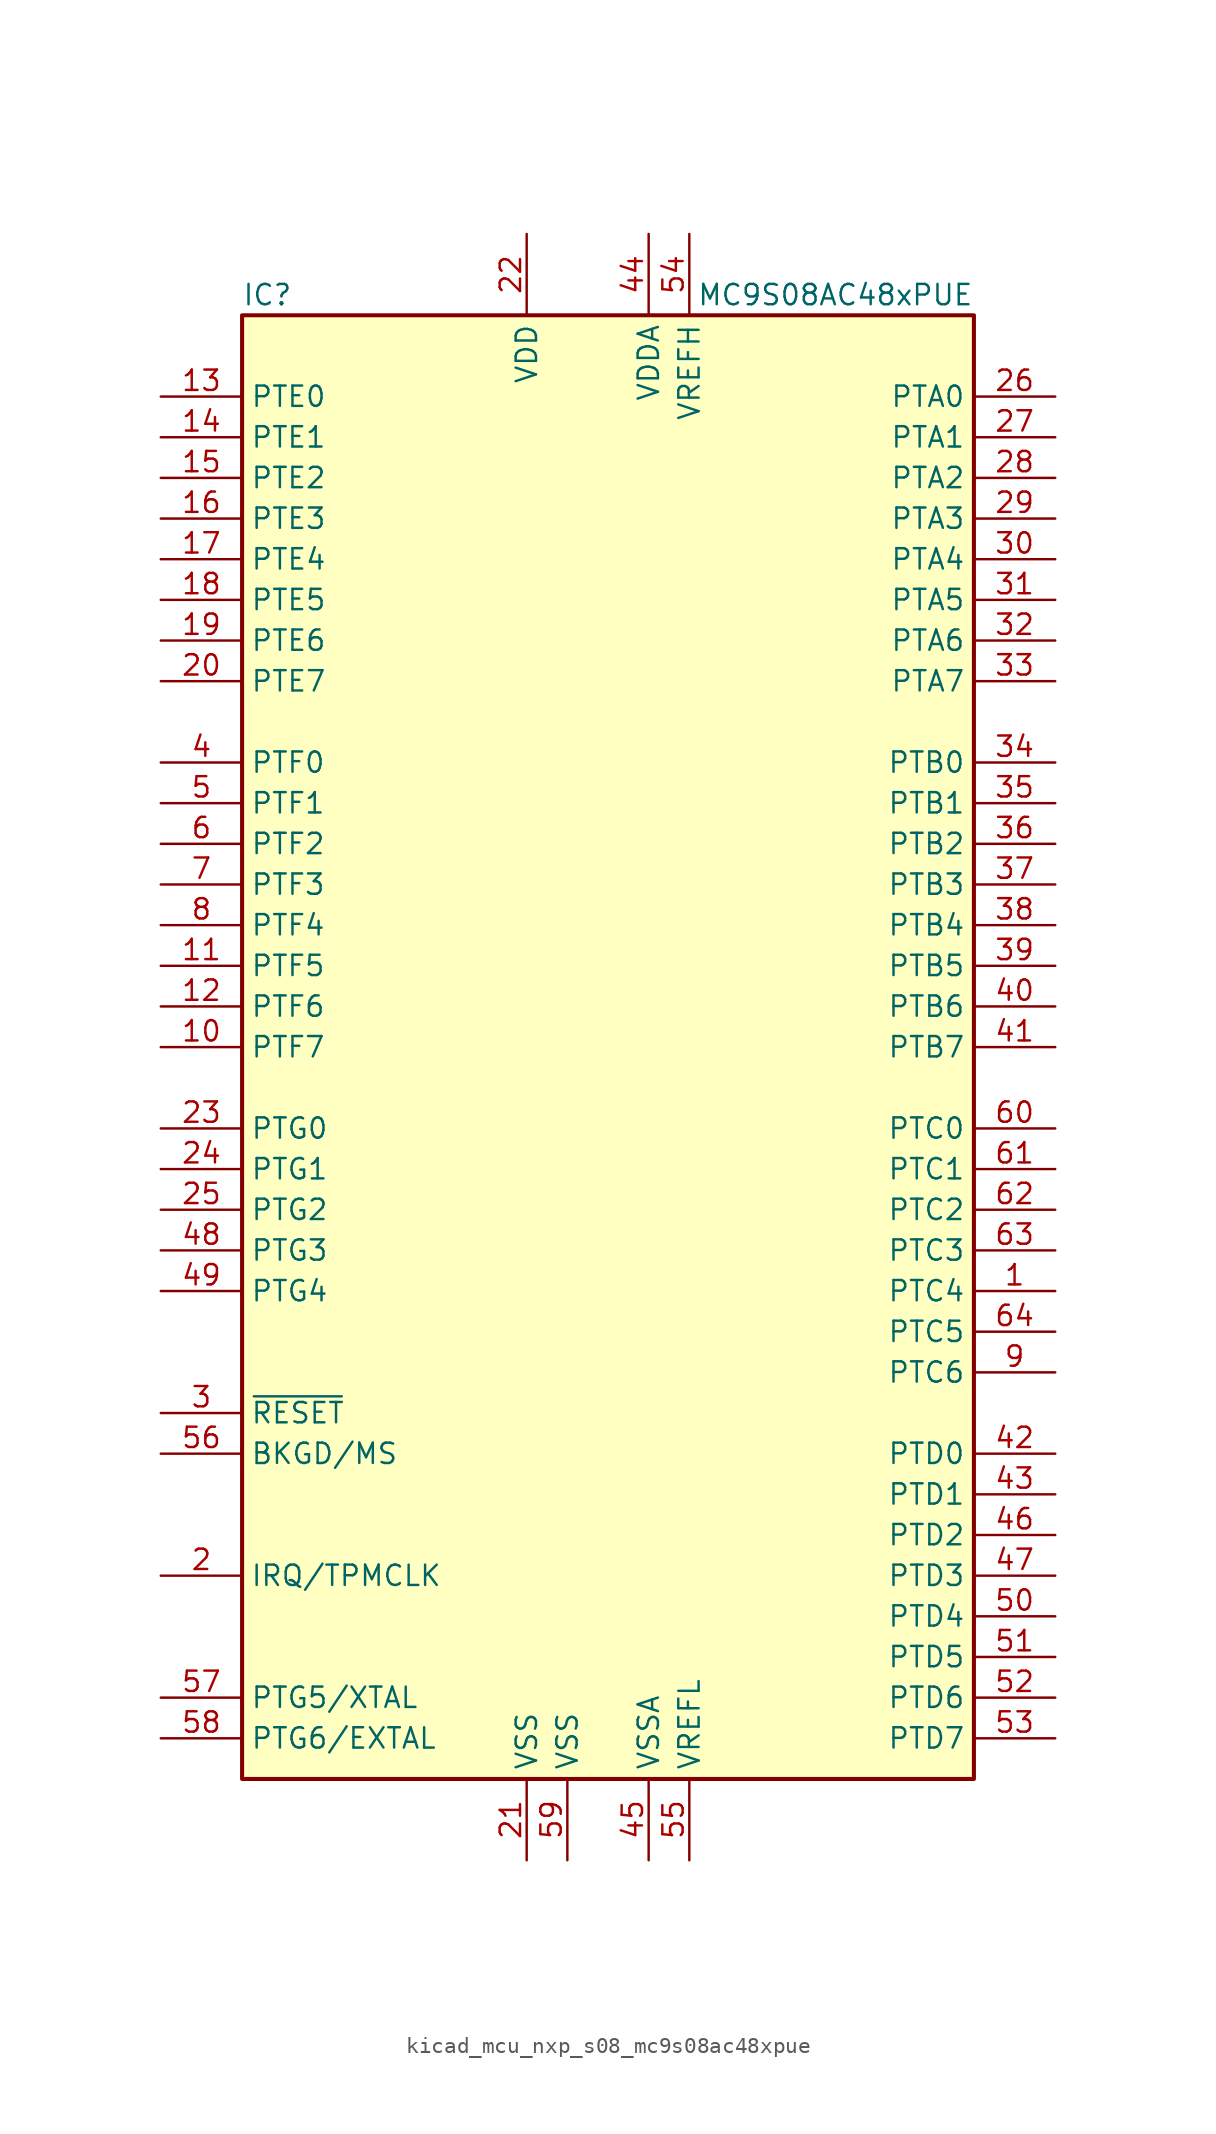
<source format=kicad_sym>
(kicad_symbol_lib
  (version 20220914)
  (generator kicad_symbol_editor)
  (symbol "kicad_mcu_nxp_s08_mc9s08ac48xpue"
    (property "Reference" "IC"
      (at -22.86 46.99 0)
      (effects (font (size 1.27 1.27)) (justify left)))
    (property "Value" "MC9S08AC48xPUE"
      (at 22.86 46.99 0)
      (effects (font (size 1.27 1.27)) (justify right)))
    (symbol "kicad_mcu_nxp_s08_mc9s08ac48xpue_0_1"
      (rectangle (start -22.86 45.72) (end 22.86 -45.72) (stroke (width 0.254) (type default)) (fill (type background))))
    (symbol "kicad_mcu_nxp_s08_mc9s08ac48xpue_1_1"
      (pin bidirectional line (at 27.94 -15.24 180) (length 5.08) (name "PTC4" (effects (font (size 1.27 1.27)))) (number "1" (effects (font (size 1.27 1.27)))))
      (pin bidirectional line (at -27.94 0 0) (length 5.08) (name "PTF7" (effects (font (size 1.27 1.27)))) (number "10" (effects (font (size 1.27 1.27)))))
      (pin bidirectional line (at -27.94 5.08 0) (length 5.08) (name "PTF5" (effects (font (size 1.27 1.27)))) (number "11" (effects (font (size 1.27 1.27)))))
      (pin bidirectional line (at -27.94 2.54 0) (length 5.08) (name "PTF6" (effects (font (size 1.27 1.27)))) (number "12" (effects (font (size 1.27 1.27)))))
      (pin bidirectional line (at -27.94 40.64 0) (length 5.08) (name "PTE0" (effects (font (size 1.27 1.27)))) (number "13" (effects (font (size 1.27 1.27)))))
      (pin bidirectional line (at -27.94 38.1 0) (length 5.08) (name "PTE1" (effects (font (size 1.27 1.27)))) (number "14" (effects (font (size 1.27 1.27)))))
      (pin bidirectional line (at -27.94 35.56 0) (length 5.08) (name "PTE2" (effects (font (size 1.27 1.27)))) (number "15" (effects (font (size 1.27 1.27)))))
      (pin bidirectional line (at -27.94 33.02 0) (length 5.08) (name "PTE3" (effects (font (size 1.27 1.27)))) (number "16" (effects (font (size 1.27 1.27)))))
      (pin bidirectional line (at -27.94 30.48 0) (length 5.08) (name "PTE4" (effects (font (size 1.27 1.27)))) (number "17" (effects (font (size 1.27 1.27)))))
      (pin bidirectional line (at -27.94 27.94 0) (length 5.08) (name "PTE5" (effects (font (size 1.27 1.27)))) (number "18" (effects (font (size 1.27 1.27)))))
      (pin bidirectional line (at -27.94 25.4 0) (length 5.08) (name "PTE6" (effects (font (size 1.27 1.27)))) (number "19" (effects (font (size 1.27 1.27)))))
      (pin input line (at -27.94 -33.02 0) (length 5.08) (name "IRQ/TPMCLK" (effects (font (size 1.27 1.27)))) (number "2" (effects (font (size 1.27 1.27)))))
      (pin bidirectional line (at -27.94 22.86 0) (length 5.08) (name "PTE7" (effects (font (size 1.27 1.27)))) (number "20" (effects (font (size 1.27 1.27)))))
      (pin power_in line (at -5.08 -50.8 90) (length 5.08) (name "VSS" (effects (font (size 1.27 1.27)))) (number "21" (effects (font (size 1.27 1.27)))))
      (pin power_in line (at -5.08 50.8 270) (length 5.08) (name "VDD" (effects (font (size 1.27 1.27)))) (number "22" (effects (font (size 1.27 1.27)))))
      (pin bidirectional line (at -27.94 -5.08 0) (length 5.08) (name "PTG0" (effects (font (size 1.27 1.27)))) (number "23" (effects (font (size 1.27 1.27)))))
      (pin bidirectional line (at -27.94 -7.62 0) (length 5.08) (name "PTG1" (effects (font (size 1.27 1.27)))) (number "24" (effects (font (size 1.27 1.27)))))
      (pin bidirectional line (at -27.94 -10.16 0) (length 5.08) (name "PTG2" (effects (font (size 1.27 1.27)))) (number "25" (effects (font (size 1.27 1.27)))))
      (pin bidirectional line (at 27.94 40.64 180) (length 5.08) (name "PTA0" (effects (font (size 1.27 1.27)))) (number "26" (effects (font (size 1.27 1.27)))))
      (pin bidirectional line (at 27.94 38.1 180) (length 5.08) (name "PTA1" (effects (font (size 1.27 1.27)))) (number "27" (effects (font (size 1.27 1.27)))))
      (pin bidirectional line (at 27.94 35.56 180) (length 5.08) (name "PTA2" (effects (font (size 1.27 1.27)))) (number "28" (effects (font (size 1.27 1.27)))))
      (pin bidirectional line (at 27.94 33.02 180) (length 5.08) (name "PTA3" (effects (font (size 1.27 1.27)))) (number "29" (effects (font (size 1.27 1.27)))))
      (pin input line (at -27.94 -22.86 0) (length 5.08) (name "~{RESET}" (effects (font (size 1.27 1.27)))) (number "3" (effects (font (size 1.27 1.27)))))
      (pin bidirectional line (at 27.94 30.48 180) (length 5.08) (name "PTA4" (effects (font (size 1.27 1.27)))) (number "30" (effects (font (size 1.27 1.27)))))
      (pin bidirectional line (at 27.94 27.94 180) (length 5.08) (name "PTA5" (effects (font (size 1.27 1.27)))) (number "31" (effects (font (size 1.27 1.27)))))
      (pin bidirectional line (at 27.94 25.4 180) (length 5.08) (name "PTA6" (effects (font (size 1.27 1.27)))) (number "32" (effects (font (size 1.27 1.27)))))
      (pin bidirectional line (at 27.94 22.86 180) (length 5.08) (name "PTA7" (effects (font (size 1.27 1.27)))) (number "33" (effects (font (size 1.27 1.27)))))
      (pin bidirectional line (at 27.94 17.78 180) (length 5.08) (name "PTB0" (effects (font (size 1.27 1.27)))) (number "34" (effects (font (size 1.27 1.27)))))
      (pin bidirectional line (at 27.94 15.24 180) (length 5.08) (name "PTB1" (effects (font (size 1.27 1.27)))) (number "35" (effects (font (size 1.27 1.27)))))
      (pin bidirectional line (at 27.94 12.7 180) (length 5.08) (name "PTB2" (effects (font (size 1.27 1.27)))) (number "36" (effects (font (size 1.27 1.27)))))
      (pin bidirectional line (at 27.94 10.16 180) (length 5.08) (name "PTB3" (effects (font (size 1.27 1.27)))) (number "37" (effects (font (size 1.27 1.27)))))
      (pin bidirectional line (at 27.94 7.62 180) (length 5.08) (name "PTB4" (effects (font (size 1.27 1.27)))) (number "38" (effects (font (size 1.27 1.27)))))
      (pin bidirectional line (at 27.94 5.08 180) (length 5.08) (name "PTB5" (effects (font (size 1.27 1.27)))) (number "39" (effects (font (size 1.27 1.27)))))
      (pin bidirectional line (at -27.94 17.78 0) (length 5.08) (name "PTF0" (effects (font (size 1.27 1.27)))) (number "4" (effects (font (size 1.27 1.27)))))
      (pin bidirectional line (at 27.94 2.54 180) (length 5.08) (name "PTB6" (effects (font (size 1.27 1.27)))) (number "40" (effects (font (size 1.27 1.27)))))
      (pin bidirectional line (at 27.94 0 180) (length 5.08) (name "PTB7" (effects (font (size 1.27 1.27)))) (number "41" (effects (font (size 1.27 1.27)))))
      (pin bidirectional line (at 27.94 -25.4 180) (length 5.08) (name "PTD0" (effects (font (size 1.27 1.27)))) (number "42" (effects (font (size 1.27 1.27)))))
      (pin bidirectional line (at 27.94 -27.94 180) (length 5.08) (name "PTD1" (effects (font (size 1.27 1.27)))) (number "43" (effects (font (size 1.27 1.27)))))
      (pin power_in line (at 2.54 50.8 270) (length 5.08) (name "VDDA" (effects (font (size 1.27 1.27)))) (number "44" (effects (font (size 1.27 1.27)))))
      (pin power_in line (at 2.54 -50.8 90) (length 5.08) (name "VSSA" (effects (font (size 1.27 1.27)))) (number "45" (effects (font (size 1.27 1.27)))))
      (pin bidirectional line (at 27.94 -30.48 180) (length 5.08) (name "PTD2" (effects (font (size 1.27 1.27)))) (number "46" (effects (font (size 1.27 1.27)))))
      (pin bidirectional line (at 27.94 -33.02 180) (length 5.08) (name "PTD3" (effects (font (size 1.27 1.27)))) (number "47" (effects (font (size 1.27 1.27)))))
      (pin bidirectional line (at -27.94 -12.7 0) (length 5.08) (name "PTG3" (effects (font (size 1.27 1.27)))) (number "48" (effects (font (size 1.27 1.27)))))
      (pin bidirectional line (at -27.94 -15.24 0) (length 5.08) (name "PTG4" (effects (font (size 1.27 1.27)))) (number "49" (effects (font (size 1.27 1.27)))))
      (pin bidirectional line (at -27.94 15.24 0) (length 5.08) (name "PTF1" (effects (font (size 1.27 1.27)))) (number "5" (effects (font (size 1.27 1.27)))))
      (pin bidirectional line (at 27.94 -35.56 180) (length 5.08) (name "PTD4" (effects (font (size 1.27 1.27)))) (number "50" (effects (font (size 1.27 1.27)))))
      (pin bidirectional line (at 27.94 -38.1 180) (length 5.08) (name "PTD5" (effects (font (size 1.27 1.27)))) (number "51" (effects (font (size 1.27 1.27)))))
      (pin bidirectional line (at 27.94 -40.64 180) (length 5.08) (name "PTD6" (effects (font (size 1.27 1.27)))) (number "52" (effects (font (size 1.27 1.27)))))
      (pin bidirectional line (at 27.94 -43.18 180) (length 5.08) (name "PTD7" (effects (font (size 1.27 1.27)))) (number "53" (effects (font (size 1.27 1.27)))))
      (pin power_in line (at 5.08 50.8 270) (length 5.08) (name "VREFH" (effects (font (size 1.27 1.27)))) (number "54" (effects (font (size 1.27 1.27)))))
      (pin power_in line (at 5.08 -50.8 90) (length 5.08) (name "VREFL" (effects (font (size 1.27 1.27)))) (number "55" (effects (font (size 1.27 1.27)))))
      (pin bidirectional line (at -27.94 -25.4 0) (length 5.08) (name "BKGD/MS" (effects (font (size 1.27 1.27)))) (number "56" (effects (font (size 1.27 1.27)))))
      (pin bidirectional line (at -27.94 -40.64 0) (length 5.08) (name "PTG5/XTAL" (effects (font (size 1.27 1.27)))) (number "57" (effects (font (size 1.27 1.27)))))
      (pin bidirectional line (at -27.94 -43.18 0) (length 5.08) (name "PTG6/EXTAL" (effects (font (size 1.27 1.27)))) (number "58" (effects (font (size 1.27 1.27)))))
      (pin power_in line (at -2.54 -50.8 90) (length 5.08) (name "VSS" (effects (font (size 1.27 1.27)))) (number "59" (effects (font (size 1.27 1.27)))))
      (pin bidirectional line (at -27.94 12.7 0) (length 5.08) (name "PTF2" (effects (font (size 1.27 1.27)))) (number "6" (effects (font (size 1.27 1.27)))))
      (pin bidirectional line (at 27.94 -5.08 180) (length 5.08) (name "PTC0" (effects (font (size 1.27 1.27)))) (number "60" (effects (font (size 1.27 1.27)))))
      (pin bidirectional line (at 27.94 -7.62 180) (length 5.08) (name "PTC1" (effects (font (size 1.27 1.27)))) (number "61" (effects (font (size 1.27 1.27)))))
      (pin bidirectional line (at 27.94 -10.16 180) (length 5.08) (name "PTC2" (effects (font (size 1.27 1.27)))) (number "62" (effects (font (size 1.27 1.27)))))
      (pin bidirectional line (at 27.94 -12.7 180) (length 5.08) (name "PTC3" (effects (font (size 1.27 1.27)))) (number "63" (effects (font (size 1.27 1.27)))))
      (pin bidirectional line (at 27.94 -17.78 180) (length 5.08) (name "PTC5" (effects (font (size 1.27 1.27)))) (number "64" (effects (font (size 1.27 1.27)))))
      (pin bidirectional line (at -27.94 10.16 0) (length 5.08) (name "PTF3" (effects (font (size 1.27 1.27)))) (number "7" (effects (font (size 1.27 1.27)))))
      (pin bidirectional line (at -27.94 7.62 0) (length 5.08) (name "PTF4" (effects (font (size 1.27 1.27)))) (number "8" (effects (font (size 1.27 1.27)))))
      (pin bidirectional line (at 27.94 -20.32 180) (length 5.08) (name "PTC6" (effects (font (size 1.27 1.27)))) (number "9" (effects (font (size 1.27 1.27))))))))
</source>
